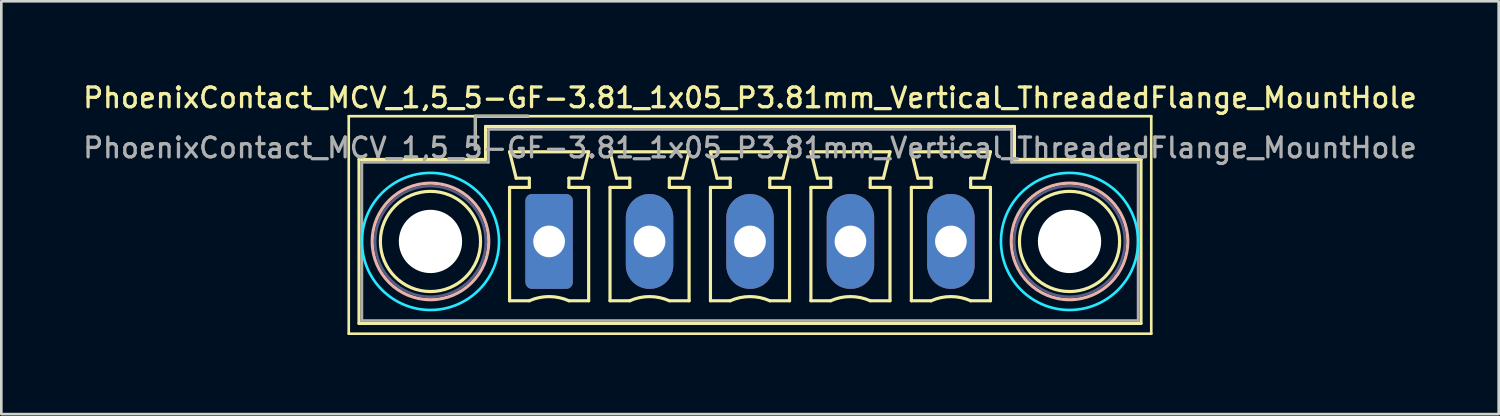
<source format=kicad_pcb>
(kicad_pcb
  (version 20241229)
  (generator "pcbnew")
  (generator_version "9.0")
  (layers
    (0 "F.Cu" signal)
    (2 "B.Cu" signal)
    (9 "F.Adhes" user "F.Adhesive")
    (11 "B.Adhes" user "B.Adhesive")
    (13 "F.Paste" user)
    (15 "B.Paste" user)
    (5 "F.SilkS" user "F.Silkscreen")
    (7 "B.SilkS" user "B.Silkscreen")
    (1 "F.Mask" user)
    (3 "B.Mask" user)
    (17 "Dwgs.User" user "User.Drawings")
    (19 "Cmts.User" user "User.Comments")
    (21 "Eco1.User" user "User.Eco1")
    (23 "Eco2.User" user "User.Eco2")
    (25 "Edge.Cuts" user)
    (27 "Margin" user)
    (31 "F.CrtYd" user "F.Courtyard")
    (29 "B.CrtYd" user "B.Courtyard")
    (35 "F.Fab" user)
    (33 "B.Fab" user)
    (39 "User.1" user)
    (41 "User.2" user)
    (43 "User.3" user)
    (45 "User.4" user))
  (footprint "PhoenixContact_MCV_1,5_5-GF-3.81_1x05_P3.81mm_Vertical_ThreadedFlange_MountHole"
    (layer "F.Cu")
    (at 17.778 6.108)
    (property "Reference" "PhoenixContact_MCV_1,5_5-GF-3.81_1x05_P3.81mm_Vertical_ThreadedFlange_MountHole" (at 7.62 -5.45 0) (layer "F.SilkS") (effects (font (size 0.75 0.75) (thickness 0.125))))
    (attr through_hole)
    (fp_line (start -7.6 -4.75) (end -7.6 3.5) (stroke (width 0.1) (type solid)) (layer "F.SilkS"))
    (fp_line (start -7.6 3.5) (end 22.84 3.5) (stroke (width 0.1) (type solid)) (layer "F.SilkS"))
    (fp_line (start -7.21 -3.11) (end -7.21 3.11) (stroke (width 0.12) (type solid)) (layer "F.SilkS"))
    (fp_line (start -7.21 3.11) (end 22.45 3.11) (stroke (width 0.12) (type solid)) (layer "F.SilkS"))
    (fp_line (start -2.8 -4.75) (end -0.8 -4.75) (stroke (width 0.12) (type solid)) (layer "F.SilkS"))
    (fp_line (start -2.8 -3.5) (end -2.8 -4.75) (stroke (width 0.12) (type solid)) (layer "F.SilkS"))
    (fp_line (start -2.41 -4.36) (end -2.41 -3.11) (stroke (width 0.12) (type solid)) (layer "F.SilkS"))
    (fp_line (start -2.41 -3.11) (end -7.21 -3.11) (stroke (width 0.12) (type solid)) (layer "F.SilkS"))
    (fp_line (start -1.5 -3.4) (end 1.5 -3.4) (stroke (width 0.12) (type solid)) (layer "F.SilkS"))
    (fp_line (start -1.5 -2.05) (end -0.75 -2.05) (stroke (width 0.12) (type solid)) (layer "F.SilkS"))
    (fp_line (start -1.5 2.25) (end -1.5 -2.05) (stroke (width 0.12) (type solid)) (layer "F.SilkS"))
    (fp_line (start -1.25 -2.4) (end -1.5 -3.4) (stroke (width 0.12) (type solid)) (layer "F.SilkS"))
    (fp_line (start -0.75 -2.4) (end -1.25 -2.4) (stroke (width 0.12) (type solid)) (layer "F.SilkS"))
    (fp_line (start -0.75 -2.05) (end -0.75 -2.4) (stroke (width 0.12) (type solid)) (layer "F.SilkS"))
    (fp_line (start -0.75 2.25) (end -1.5 2.25) (stroke (width 0.12) (type solid)) (layer "F.SilkS"))
    (fp_line (start 0.75 -2.4) (end 0.75 -2.05) (stroke (width 0.12) (type solid)) (layer "F.SilkS"))
    (fp_line (start 0.75 -2.05) (end 1.5 -2.05) (stroke (width 0.12) (type solid)) (layer "F.SilkS"))
    (fp_line (start 1.25 -2.4) (end 0.75 -2.4) (stroke (width 0.12) (type solid)) (layer "F.SilkS"))
    (fp_line (start 1.5 -3.4) (end 1.25 -2.4) (stroke (width 0.12) (type solid)) (layer "F.SilkS"))
    (fp_line (start 1.5 -2.05) (end 1.5 2.25) (stroke (width 0.12) (type solid)) (layer "F.SilkS"))
    (fp_line (start 1.5 2.25) (end 0.75 2.25) (stroke (width 0.12) (type solid)) (layer "F.SilkS"))
    (fp_line (start 2.31 -3.4) (end 5.31 -3.4) (stroke (width 0.12) (type solid)) (layer "F.SilkS"))
    (fp_line (start 2.31 -2.05) (end 3.06 -2.05) (stroke (width 0.12) (type solid)) (layer "F.SilkS"))
    (fp_line (start 2.31 2.25) (end 2.31 -2.05) (stroke (width 0.12) (type solid)) (layer "F.SilkS"))
    (fp_line (start 2.56 -2.4) (end 2.31 -3.4) (stroke (width 0.12) (type solid)) (layer "F.SilkS"))
    (fp_line (start 3.06 -2.4) (end 2.56 -2.4) (stroke (width 0.12) (type solid)) (layer "F.SilkS"))
    (fp_line (start 3.06 -2.05) (end 3.06 -2.4) (stroke (width 0.12) (type solid)) (layer "F.SilkS"))
    (fp_line (start 3.06 2.25) (end 2.31 2.25) (stroke (width 0.12) (type solid)) (layer "F.SilkS"))
    (fp_line (start 4.56 -2.4) (end 4.56 -2.05) (stroke (width 0.12) (type solid)) (layer "F.SilkS"))
    (fp_line (start 4.56 -2.05) (end 5.31 -2.05) (stroke (width 0.12) (type solid)) (layer "F.SilkS"))
    (fp_line (start 5.06 -2.4) (end 4.56 -2.4) (stroke (width 0.12) (type solid)) (layer "F.SilkS"))
    (fp_line (start 5.31 -3.4) (end 5.06 -2.4) (stroke (width 0.12) (type solid)) (layer "F.SilkS"))
    (fp_line (start 5.31 -2.05) (end 5.31 2.25) (stroke (width 0.12) (type solid)) (layer "F.SilkS"))
    (fp_line (start 5.31 2.25) (end 4.56 2.25) (stroke (width 0.12) (type solid)) (layer "F.SilkS"))
    (fp_line (start 6.12 -3.4) (end 9.12 -3.4) (stroke (width 0.12) (type solid)) (layer "F.SilkS"))
    (fp_line (start 6.12 -2.05) (end 6.87 -2.05) (stroke (width 0.12) (type solid)) (layer "F.SilkS"))
    (fp_line (start 6.12 2.25) (end 6.12 -2.05) (stroke (width 0.12) (type solid)) (layer "F.SilkS"))
    (fp_line (start 6.37 -2.4) (end 6.12 -3.4) (stroke (width 0.12) (type solid)) (layer "F.SilkS"))
    (fp_line (start 6.87 -2.4) (end 6.37 -2.4) (stroke (width 0.12) (type solid)) (layer "F.SilkS"))
    (fp_line (start 6.87 -2.05) (end 6.87 -2.4) (stroke (width 0.12) (type solid)) (layer "F.SilkS"))
    (fp_line (start 6.87 2.25) (end 6.12 2.25) (stroke (width 0.12) (type solid)) (layer "F.SilkS"))
    (fp_line (start 8.37 -2.4) (end 8.37 -2.05) (stroke (width 0.12) (type solid)) (layer "F.SilkS"))
    (fp_line (start 8.37 -2.05) (end 9.12 -2.05) (stroke (width 0.12) (type solid)) (layer "F.SilkS"))
    (fp_line (start 8.87 -2.4) (end 8.37 -2.4) (stroke (width 0.12) (type solid)) (layer "F.SilkS"))
    (fp_line (start 9.12 -3.4) (end 8.87 -2.4) (stroke (width 0.12) (type solid)) (layer "F.SilkS"))
    (fp_line (start 9.12 -2.05) (end 9.12 2.25) (stroke (width 0.12) (type solid)) (layer "F.SilkS"))
    (fp_line (start 9.12 2.25) (end 8.37 2.25) (stroke (width 0.12) (type solid)) (layer "F.SilkS"))
    (fp_line (start 9.93 -3.4) (end 12.93 -3.4) (stroke (width 0.12) (type solid)) (layer "F.SilkS"))
    (fp_line (start 9.93 -2.05) (end 10.68 -2.05) (stroke (width 0.12) (type solid)) (layer "F.SilkS"))
    (fp_line (start 9.93 2.25) (end 9.93 -2.05) (stroke (width 0.12) (type solid)) (layer "F.SilkS"))
    (fp_line (start 10.18 -2.4) (end 9.93 -3.4) (stroke (width 0.12) (type solid)) (layer "F.SilkS"))
    (fp_line (start 10.68 -2.4) (end 10.18 -2.4) (stroke (width 0.12) (type solid)) (layer "F.SilkS"))
    (fp_line (start 10.68 -2.05) (end 10.68 -2.4) (stroke (width 0.12) (type solid)) (layer "F.SilkS"))
    (fp_line (start 10.68 2.25) (end 9.93 2.25) (stroke (width 0.12) (type solid)) (layer "F.SilkS"))
    (fp_line (start 12.18 -2.4) (end 12.18 -2.05) (stroke (width 0.12) (type solid)) (layer "F.SilkS"))
    (fp_line (start 12.18 -2.05) (end 12.93 -2.05) (stroke (width 0.12) (type solid)) (layer "F.SilkS"))
    (fp_line (start 12.68 -2.4) (end 12.18 -2.4) (stroke (width 0.12) (type solid)) (layer "F.SilkS"))
    (fp_line (start 12.93 -3.4) (end 12.68 -2.4) (stroke (width 0.12) (type solid)) (layer "F.SilkS"))
    (fp_line (start 12.93 -2.05) (end 12.93 2.25) (stroke (width 0.12) (type solid)) (layer "F.SilkS"))
    (fp_line (start 12.93 2.25) (end 12.18 2.25) (stroke (width 0.12) (type solid)) (layer "F.SilkS"))
    (fp_line (start 13.74 -3.4) (end 16.74 -3.4) (stroke (width 0.12) (type solid)) (layer "F.SilkS"))
    (fp_line (start 13.74 -2.05) (end 14.49 -2.05) (stroke (width 0.12) (type solid)) (layer "F.SilkS"))
    (fp_line (start 13.74 2.25) (end 13.74 -2.05) (stroke (width 0.12) (type solid)) (layer "F.SilkS"))
    (fp_line (start 13.99 -2.4) (end 13.74 -3.4) (stroke (width 0.12) (type solid)) (layer "F.SilkS"))
    (fp_line (start 14.49 -2.4) (end 13.99 -2.4) (stroke (width 0.12) (type solid)) (layer "F.SilkS"))
    (fp_line (start 14.49 -2.05) (end 14.49 -2.4) (stroke (width 0.12) (type solid)) (layer "F.SilkS"))
    (fp_line (start 14.49 2.25) (end 13.74 2.25) (stroke (width 0.12) (type solid)) (layer "F.SilkS"))
    (fp_line (start 15.99 -2.4) (end 15.99 -2.05) (stroke (width 0.12) (type solid)) (layer "F.SilkS"))
    (fp_line (start 15.99 -2.05) (end 16.74 -2.05) (stroke (width 0.12) (type solid)) (layer "F.SilkS"))
    (fp_line (start 16.49 -2.4) (end 15.99 -2.4) (stroke (width 0.12) (type solid)) (layer "F.SilkS"))
    (fp_line (start 16.74 -3.4) (end 16.49 -2.4) (stroke (width 0.12) (type solid)) (layer "F.SilkS"))
    (fp_line (start 16.74 -2.05) (end 16.74 2.25) (stroke (width 0.12) (type solid)) (layer "F.SilkS"))
    (fp_line (start 16.74 2.25) (end 15.99 2.25) (stroke (width 0.12) (type solid)) (layer "F.SilkS"))
    (fp_line (start 17.65 -4.36) (end -2.41 -4.36) (stroke (width 0.12) (type solid)) (layer "F.SilkS"))
    (fp_line (start 17.65 -3.11) (end 17.65 -4.36) (stroke (width 0.12) (type solid)) (layer "F.SilkS"))
    (fp_line (start 22.45 -3.11) (end 17.65 -3.11) (stroke (width 0.12) (type solid)) (layer "F.SilkS"))
    (fp_line (start 22.45 3.11) (end 22.45 -3.11) (stroke (width 0.12) (type solid)) (layer "F.SilkS"))
    (fp_line (start 22.84 -4.75) (end -7.6 -4.75) (stroke (width 0.1) (type solid)) (layer "F.SilkS"))
    (fp_line (start 22.84 3.5) (end 22.84 -4.75) (stroke (width 0.1) (type solid)) (layer "F.SilkS"))
    (fp_arc (start -0.75 2.25) (mid -0.000193 2.09191) (end 0.749647 2.249844) (stroke (width 0.12) (type solid)) (layer "F.SilkS"))
    (fp_arc (start 3.06 2.25) (mid 3.809807 2.09191) (end 4.559647 2.249844) (stroke (width 0.12) (type solid)) (layer "F.SilkS"))
    (fp_arc (start 6.87 2.25) (mid 7.619807 2.09191) (end 8.369647 2.249844) (stroke (width 0.12) (type solid)) (layer "F.SilkS"))
    (fp_arc (start 10.68 2.25) (mid 11.429807 2.09191) (end 12.179647 2.249844) (stroke (width 0.12) (type solid)) (layer "F.SilkS"))
    (fp_arc (start 14.49 2.25) (mid 15.239807 2.09191) (end 15.989647 2.249844) (stroke (width 0.12) (type solid)) (layer "F.SilkS"))
    (fp_circle (center -4.5 0) (end -2.6 0) (stroke (width 0.12) (type solid)) (fill no) (layer "F.SilkS"))
    (fp_circle (center 19.74 0) (end 21.64 0) (stroke (width 0.12) (type solid)) (fill no) (layer "F.SilkS"))
    (fp_circle (center -4.5 0) (end -2.29 0) (stroke (width 0.12) (type solid)) (fill no) (layer "B.SilkS"))
    (fp_circle (center 19.74 0) (end 21.95 0) (stroke (width 0.12) (type solid)) (fill no) (layer "B.SilkS"))
    (fp_circle (center -4.5 0) (end -1.9 0) (stroke (width 0.1) (type solid)) (fill no) (layer "B.CrtYd"))
    (fp_circle (center 19.74 0) (end 22.34 0) (stroke (width 0.1) (type solid)) (fill no) (layer "B.CrtYd"))
    (fp_circle (center -4.5 0) (end -2.4 0) (stroke (width 0.1) (type solid)) (fill no) (layer "B.Fab"))
    (fp_circle (center 19.74 0) (end 21.84 0) (stroke (width 0.1) (type solid)) (fill no) (layer "B.Fab"))
    (fp_line (start -7.1 -3) (end -7.1 3) (stroke (width 0.1) (type solid)) (layer "F.Fab"))
    (fp_line (start -7.1 3) (end 22.34 3) (stroke (width 0.1) (type solid)) (layer "F.Fab"))
    (fp_line (start -2.8 -4.75) (end -0.8 -4.75) (stroke (width 0.1) (type solid)) (layer "F.Fab"))
    (fp_line (start -2.8 -3.5) (end -2.8 -4.75) (stroke (width 0.1) (type solid)) (layer "F.Fab"))
    (fp_line (start -2.3 -4.25) (end -2.3 -3) (stroke (width 0.1) (type solid)) (layer "F.Fab"))
    (fp_line (start -2.3 -3) (end -7.1 -3) (stroke (width 0.1) (type solid)) (layer "F.Fab"))
    (fp_line (start 17.54 -4.25) (end -2.3 -4.25) (stroke (width 0.1) (type solid)) (layer "F.Fab"))
    (fp_line (start 17.54 -3) (end 17.54 -4.25) (stroke (width 0.1) (type solid)) (layer "F.Fab"))
    (fp_line (start 22.34 -3) (end 17.54 -3) (stroke (width 0.1) (type solid)) (layer "F.Fab"))
    (fp_line (start 22.34 3) (end 22.34 -3) (stroke (width 0.1) (type solid)) (layer "F.Fab"))
    (fp_text user "${REFERENCE}" (at 7.62 -3.55 0) (layer "F.Fab") (effects (font (size 0.75 0.75) (thickness 0.125))))
    (pad "" np_thru_hole circle (at -4.5 0) (size 2.4 2.4) (drill 2.4) (layers "*.Cu" "*.Mask"))
    (pad "" np_thru_hole circle (at 19.74 0) (size 2.4 2.4) (drill 2.4) (layers "*.Cu" "*.Mask"))
    (pad "1" thru_hole roundrect (at 0 0) (size 1.8 3.6) (drill 1.2) (layers "*.Cu" "*.Mask") (roundrect_rratio 0.139))
    (pad "2" thru_hole oval (at 3.81 0) (size 1.8 3.6) (drill 1.2) (layers "*.Cu" "*.Mask"))
    (pad "3" thru_hole oval (at 7.62 0) (size 1.8 3.6) (drill 1.2) (layers "*.Cu" "*.Mask"))
    (pad "4" thru_hole oval (at 11.43 0) (size 1.8 3.6) (drill 1.2) (layers "*.Cu" "*.Mask"))
    (pad "5" thru_hole oval (at 15.24 0) (size 1.8 3.6) (drill 1.2) (layers "*.Cu" "*.Mask")))
  (gr_rect
    (start -3 -3)
    (end 53.796 12.658)
    (stroke (width 0.1) (type default))
    (fill no)
    (layer "Edge.Cuts")))
</source>
